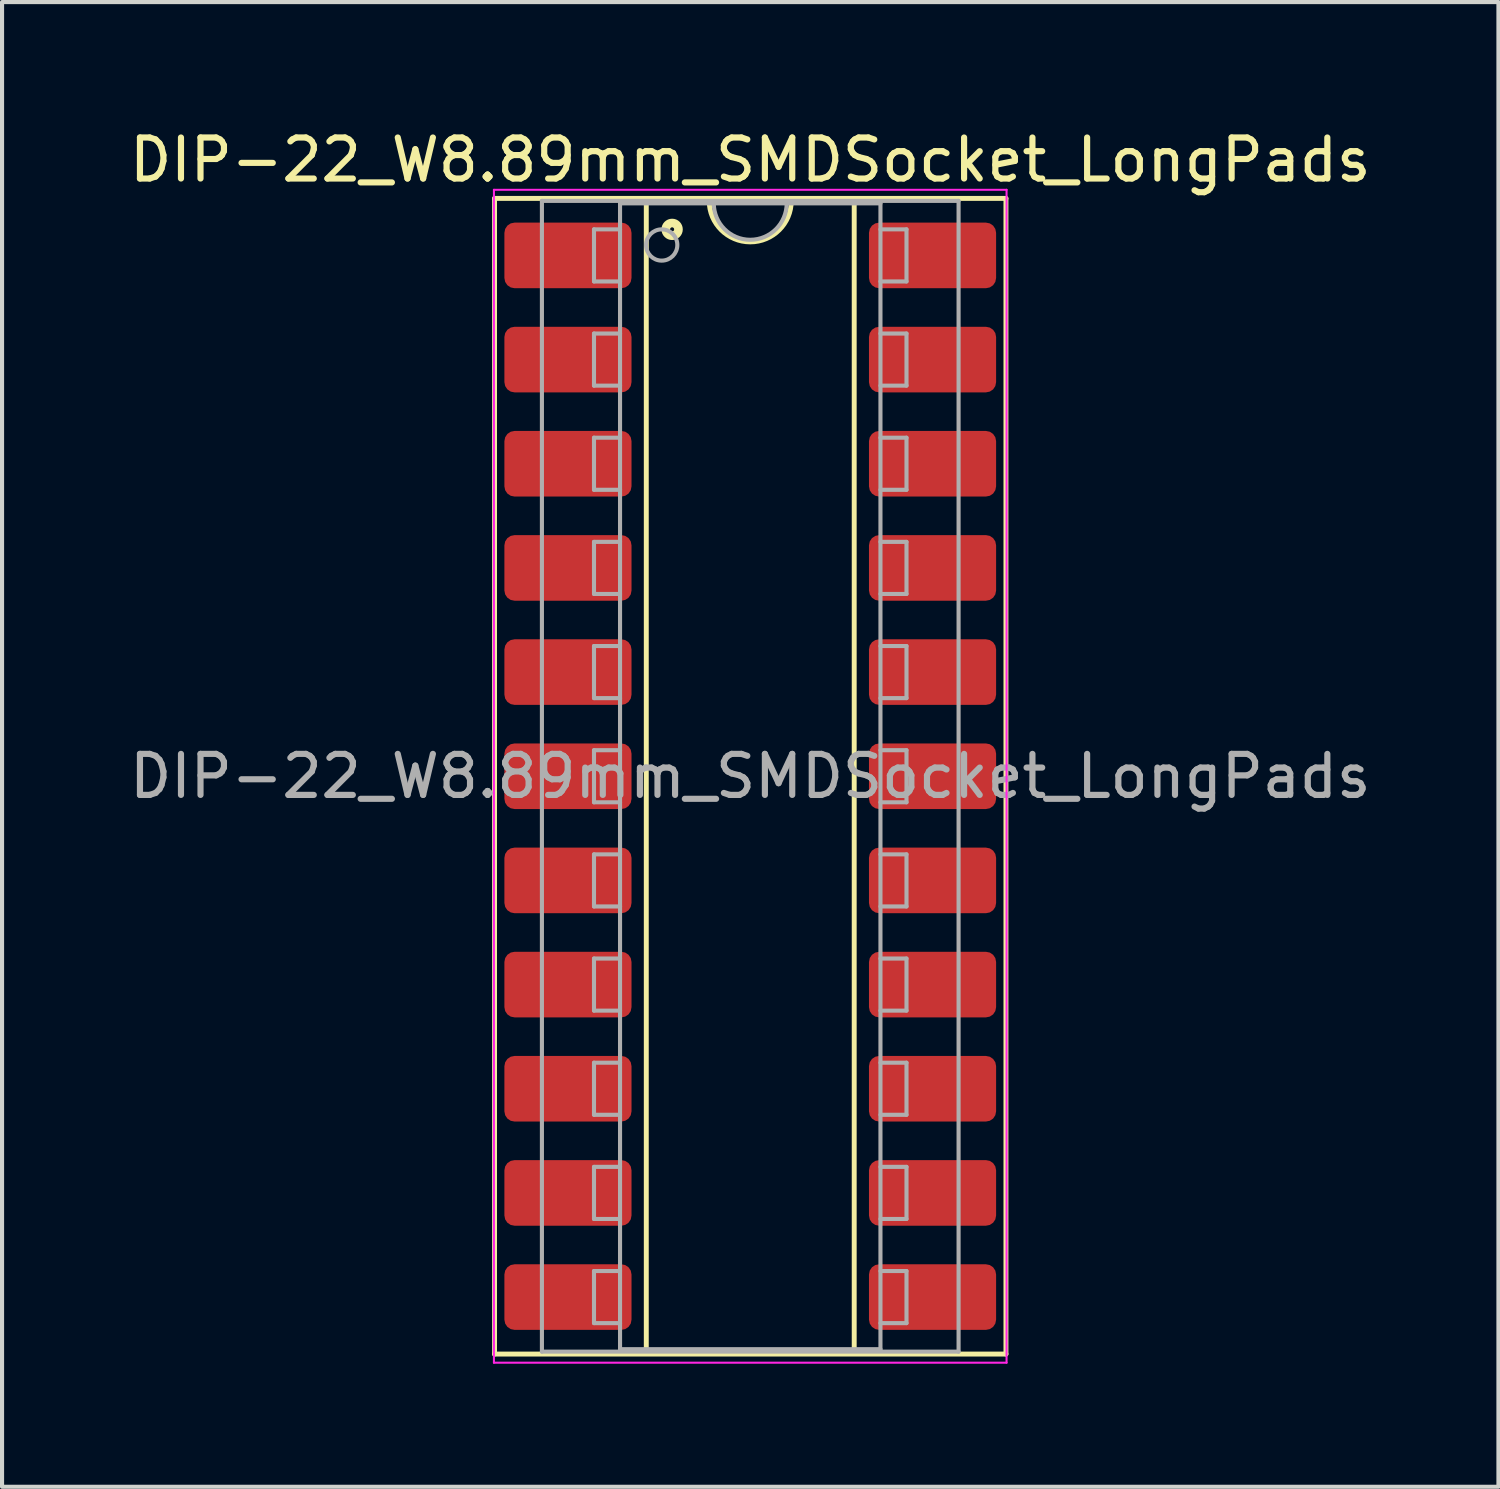
<source format=kicad_pcb>
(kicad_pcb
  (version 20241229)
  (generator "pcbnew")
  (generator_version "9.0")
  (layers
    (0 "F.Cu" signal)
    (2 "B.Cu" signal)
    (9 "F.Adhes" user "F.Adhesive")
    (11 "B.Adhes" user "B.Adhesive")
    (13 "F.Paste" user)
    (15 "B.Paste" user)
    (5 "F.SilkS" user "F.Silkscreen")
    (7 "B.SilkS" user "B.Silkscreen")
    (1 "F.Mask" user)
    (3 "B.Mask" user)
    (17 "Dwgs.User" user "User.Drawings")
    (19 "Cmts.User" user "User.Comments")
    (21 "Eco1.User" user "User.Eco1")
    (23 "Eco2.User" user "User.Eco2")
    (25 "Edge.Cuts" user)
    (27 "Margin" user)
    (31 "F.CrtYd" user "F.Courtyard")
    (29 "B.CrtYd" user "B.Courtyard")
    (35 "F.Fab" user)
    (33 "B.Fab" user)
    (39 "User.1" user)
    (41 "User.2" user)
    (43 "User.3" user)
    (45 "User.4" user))
  (footprint "DIP-22_W8.89mm_SMDSocket_LongPads"
    (layer "F.Cu")
    (at 15.244 15.878)
    (property "Reference" "DIP-22_W8.89mm_SMDSocket_LongPads" (at 0 -15.03 0) (layer "F.SilkS") (effects (font (size 1 1) (thickness 0.15))))
    (attr smd)
    (fp_line (start -6.235 -14.09) (end -6.235 14.09) (stroke (width 0.12) (type solid)) (layer "F.SilkS"))
    (fp_line (start -6.235 14.09) (end 6.235 14.09) (stroke (width 0.12) (type solid)) (layer "F.SilkS"))
    (fp_line (start -2.535 -14.03) (end -2.535 14.03) (stroke (width 0.12) (type solid)) (layer "F.SilkS"))
    (fp_line (start -2.535 14.03) (end 2.535 14.03) (stroke (width 0.12) (type solid)) (layer "F.SilkS"))
    (fp_line (start -1 -14.03) (end -2.535 -14.03) (stroke (width 0.12) (type solid)) (layer "F.SilkS"))
    (fp_line (start 2.535 -14.03) (end 1 -14.03) (stroke (width 0.12) (type solid)) (layer "F.SilkS"))
    (fp_line (start 2.535 14.03) (end 2.535 -14.03) (stroke (width 0.12) (type solid)) (layer "F.SilkS"))
    (fp_line (start 6.235 -14.09) (end -6.235 -14.09) (stroke (width 0.12) (type solid)) (layer "F.SilkS"))
    (fp_line (start 6.235 14.09) (end 6.235 -14.09) (stroke (width 0.12) (type solid)) (layer "F.SilkS"))
    (fp_arc (start 1 -14.03) (mid 0 -13.03) (end -1 -14.03) (stroke (width 0.12) (type solid)) (layer "F.SilkS"))
    (fp_circle (center -1.905 -13.335) (end -1.855 -13.335) (stroke (width 0.12) (type solid)) (fill no) (layer "F.SilkS"))
    (fp_circle (center -1.905 -13.335) (end -1.78 -13.335) (stroke (width 0.12) (type solid)) (fill no) (layer "F.SilkS"))
    (fp_circle (center -1.905 -13.335) (end -1.705 -13.335) (stroke (width 0.12) (type solid)) (fill no) (layer "F.SilkS"))
    (fp_line (start -6.25 -14.3) (end -6.25 14.3) (stroke (width 0.05) (type solid)) (layer "F.CrtYd"))
    (fp_line (start -6.25 14.3) (end 6.25 14.3) (stroke (width 0.05) (type solid)) (layer "F.CrtYd"))
    (fp_line (start 6.25 -14.3) (end -6.25 -14.3) (stroke (width 0.05) (type solid)) (layer "F.CrtYd"))
    (fp_line (start 6.25 14.3) (end 6.25 -14.3) (stroke (width 0.05) (type solid)) (layer "F.CrtYd"))
    (fp_line (start -5.08 -14.03) (end -5.08 14.03) (stroke (width 0.1) (type solid)) (layer "F.Fab"))
    (fp_line (start -5.08 14.03) (end 5.08 14.03) (stroke (width 0.1) (type solid)) (layer "F.Fab"))
    (fp_line (start -3.81 -13.335) (end -3.81 -12.065) (stroke (width 0.1) (type solid)) (layer "F.Fab"))
    (fp_line (start -3.81 -13.335) (end -3.175 -13.335) (stroke (width 0.1) (type solid)) (layer "F.Fab"))
    (fp_line (start -3.81 -12.065) (end -3.175 -12.065) (stroke (width 0.1) (type solid)) (layer "F.Fab"))
    (fp_line (start -3.81 -10.795) (end -3.81 -9.525) (stroke (width 0.1) (type solid)) (layer "F.Fab"))
    (fp_line (start -3.81 -10.795) (end -3.175 -10.795) (stroke (width 0.1) (type solid)) (layer "F.Fab"))
    (fp_line (start -3.81 -9.525) (end -3.175 -9.525) (stroke (width 0.1) (type solid)) (layer "F.Fab"))
    (fp_line (start -3.81 -8.255) (end -3.81 -6.985) (stroke (width 0.1) (type solid)) (layer "F.Fab"))
    (fp_line (start -3.81 -8.255) (end -3.175 -8.255) (stroke (width 0.1) (type solid)) (layer "F.Fab"))
    (fp_line (start -3.81 -6.985) (end -3.175 -6.985) (stroke (width 0.1) (type solid)) (layer "F.Fab"))
    (fp_line (start -3.81 -5.715) (end -3.81 -4.445) (stroke (width 0.1) (type solid)) (layer "F.Fab"))
    (fp_line (start -3.81 -5.715) (end -3.175 -5.715) (stroke (width 0.1) (type solid)) (layer "F.Fab"))
    (fp_line (start -3.81 -4.445) (end -3.175 -4.445) (stroke (width 0.1) (type solid)) (layer "F.Fab"))
    (fp_line (start -3.81 -3.175) (end -3.81 -1.905) (stroke (width 0.1) (type solid)) (layer "F.Fab"))
    (fp_line (start -3.81 -3.175) (end -3.175 -3.175) (stroke (width 0.1) (type solid)) (layer "F.Fab"))
    (fp_line (start -3.81 -1.905) (end -3.175 -1.905) (stroke (width 0.1) (type solid)) (layer "F.Fab"))
    (fp_line (start -3.81 -0.635) (end -3.81 0.635) (stroke (width 0.1) (type solid)) (layer "F.Fab"))
    (fp_line (start -3.81 -0.635) (end -3.175 -0.635) (stroke (width 0.1) (type solid)) (layer "F.Fab"))
    (fp_line (start -3.81 0.635) (end -3.175 0.635) (stroke (width 0.1) (type solid)) (layer "F.Fab"))
    (fp_line (start -3.81 1.905) (end -3.81 3.175) (stroke (width 0.1) (type solid)) (layer "F.Fab"))
    (fp_line (start -3.81 1.905) (end -3.175 1.905) (stroke (width 0.1) (type solid)) (layer "F.Fab"))
    (fp_line (start -3.81 3.175) (end -3.175 3.175) (stroke (width 0.1) (type solid)) (layer "F.Fab"))
    (fp_line (start -3.81 4.445) (end -3.81 5.715) (stroke (width 0.1) (type solid)) (layer "F.Fab"))
    (fp_line (start -3.81 4.445) (end -3.175 4.445) (stroke (width 0.1) (type solid)) (layer "F.Fab"))
    (fp_line (start -3.81 5.715) (end -3.175 5.715) (stroke (width 0.1) (type solid)) (layer "F.Fab"))
    (fp_line (start -3.81 6.985) (end -3.81 8.255) (stroke (width 0.1) (type solid)) (layer "F.Fab"))
    (fp_line (start -3.81 6.985) (end -3.175 6.985) (stroke (width 0.1) (type solid)) (layer "F.Fab"))
    (fp_line (start -3.81 8.255) (end -3.175 8.255) (stroke (width 0.1) (type solid)) (layer "F.Fab"))
    (fp_line (start -3.81 9.525) (end -3.81 10.795) (stroke (width 0.1) (type solid)) (layer "F.Fab"))
    (fp_line (start -3.81 9.525) (end -3.175 9.525) (stroke (width 0.1) (type solid)) (layer "F.Fab"))
    (fp_line (start -3.81 10.795) (end -3.175 10.795) (stroke (width 0.1) (type solid)) (layer "F.Fab"))
    (fp_line (start -3.81 12.065) (end -3.81 13.335) (stroke (width 0.1) (type solid)) (layer "F.Fab"))
    (fp_line (start -3.81 12.065) (end -3.175 12.065) (stroke (width 0.1) (type solid)) (layer "F.Fab"))
    (fp_line (start -3.81 13.335) (end -3.175 13.335) (stroke (width 0.1) (type solid)) (layer "F.Fab"))
    (fp_line (start -3.175 -13.97) (end 3.175 -13.97) (stroke (width 0.1) (type solid)) (layer "F.Fab"))
    (fp_line (start -3.175 13.97) (end -3.175 -13.97) (stroke (width 0.1) (type solid)) (layer "F.Fab"))
    (fp_line (start 3.175 -13.97) (end 3.175 13.97) (stroke (width 0.1) (type solid)) (layer "F.Fab"))
    (fp_line (start 3.175 13.97) (end -3.175 13.97) (stroke (width 0.1) (type solid)) (layer "F.Fab"))
    (fp_line (start 3.81 -13.335) (end 3.175 -13.335) (stroke (width 0.1) (type solid)) (layer "F.Fab"))
    (fp_line (start 3.81 -12.065) (end 3.175 -12.065) (stroke (width 0.1) (type solid)) (layer "F.Fab"))
    (fp_line (start 3.81 -12.065) (end 3.81 -13.335) (stroke (width 0.1) (type solid)) (layer "F.Fab"))
    (fp_line (start 3.81 -10.795) (end 3.175 -10.795) (stroke (width 0.1) (type solid)) (layer "F.Fab"))
    (fp_line (start 3.81 -9.525) (end 3.175 -9.525) (stroke (width 0.1) (type solid)) (layer "F.Fab"))
    (fp_line (start 3.81 -9.525) (end 3.81 -10.795) (stroke (width 0.1) (type solid)) (layer "F.Fab"))
    (fp_line (start 3.81 -8.255) (end 3.175 -8.255) (stroke (width 0.1) (type solid)) (layer "F.Fab"))
    (fp_line (start 3.81 -6.985) (end 3.175 -6.985) (stroke (width 0.1) (type solid)) (layer "F.Fab"))
    (fp_line (start 3.81 -6.985) (end 3.81 -8.255) (stroke (width 0.1) (type solid)) (layer "F.Fab"))
    (fp_line (start 3.81 -5.715) (end 3.175 -5.715) (stroke (width 0.1) (type solid)) (layer "F.Fab"))
    (fp_line (start 3.81 -4.445) (end 3.175 -4.445) (stroke (width 0.1) (type solid)) (layer "F.Fab"))
    (fp_line (start 3.81 -4.445) (end 3.81 -5.715) (stroke (width 0.1) (type solid)) (layer "F.Fab"))
    (fp_line (start 3.81 -3.175) (end 3.175 -3.175) (stroke (width 0.1) (type solid)) (layer "F.Fab"))
    (fp_line (start 3.81 -1.905) (end 3.175 -1.905) (stroke (width 0.1) (type solid)) (layer "F.Fab"))
    (fp_line (start 3.81 -1.905) (end 3.81 -3.175) (stroke (width 0.1) (type solid)) (layer "F.Fab"))
    (fp_line (start 3.81 -0.635) (end 3.175 -0.635) (stroke (width 0.1) (type solid)) (layer "F.Fab"))
    (fp_line (start 3.81 0.635) (end 3.175 0.635) (stroke (width 0.1) (type solid)) (layer "F.Fab"))
    (fp_line (start 3.81 0.635) (end 3.81 -0.635) (stroke (width 0.1) (type solid)) (layer "F.Fab"))
    (fp_line (start 3.81 1.905) (end 3.175 1.905) (stroke (width 0.1) (type solid)) (layer "F.Fab"))
    (fp_line (start 3.81 3.175) (end 3.175 3.175) (stroke (width 0.1) (type solid)) (layer "F.Fab"))
    (fp_line (start 3.81 3.175) (end 3.81 1.905) (stroke (width 0.1) (type solid)) (layer "F.Fab"))
    (fp_line (start 3.81 4.445) (end 3.175 4.445) (stroke (width 0.1) (type solid)) (layer "F.Fab"))
    (fp_line (start 3.81 5.715) (end 3.175 5.715) (stroke (width 0.1) (type solid)) (layer "F.Fab"))
    (fp_line (start 3.81 5.715) (end 3.81 4.445) (stroke (width 0.1) (type solid)) (layer "F.Fab"))
    (fp_line (start 3.81 6.985) (end 3.175 6.985) (stroke (width 0.1) (type solid)) (layer "F.Fab"))
    (fp_line (start 3.81 8.255) (end 3.175 8.255) (stroke (width 0.1) (type solid)) (layer "F.Fab"))
    (fp_line (start 3.81 8.255) (end 3.81 6.985) (stroke (width 0.1) (type solid)) (layer "F.Fab"))
    (fp_line (start 3.81 9.525) (end 3.175 9.525) (stroke (width 0.1) (type solid)) (layer "F.Fab"))
    (fp_line (start 3.81 10.795) (end 3.175 10.795) (stroke (width 0.1) (type solid)) (layer "F.Fab"))
    (fp_line (start 3.81 10.795) (end 3.81 9.525) (stroke (width 0.1) (type solid)) (layer "F.Fab"))
    (fp_line (start 3.81 12.065) (end 3.175 12.065) (stroke (width 0.1) (type solid)) (layer "F.Fab"))
    (fp_line (start 3.81 13.335) (end 3.175 13.335) (stroke (width 0.1) (type solid)) (layer "F.Fab"))
    (fp_line (start 3.81 13.335) (end 3.81 12.065) (stroke (width 0.1) (type solid)) (layer "F.Fab"))
    (fp_line (start 5.08 -14.03) (end -5.08 -14.03) (stroke (width 0.1) (type solid)) (layer "F.Fab"))
    (fp_line (start 5.08 14.03) (end 5.08 -14.03) (stroke (width 0.1) (type solid)) (layer "F.Fab"))
    (fp_arc (start 0.889 -13.97) (mid 0 -13.081) (end -0.889 -13.97) (stroke (width 0.1) (type solid)) (layer "F.Fab"))
    (fp_circle (center -2.159 -12.954) (end -1.778 -12.954) (stroke (width 0.1) (type solid)) (fill no) (layer "F.Fab"))
    (fp_text user "${REFERENCE}" (at 0 0 0) (layer "F.Fab") (effects (font (size 1 1) (thickness 0.15))))
    (pad "1" smd roundrect (at -4.445 -12.7) (size 3.1 1.6) (layers "F.Cu" "F.Mask" "F.Paste") (roundrect_rratio 0.156))
    (pad "2" smd roundrect (at -4.445 -10.16) (size 3.1 1.6) (layers "F.Cu" "F.Mask" "F.Paste") (roundrect_rratio 0.156))
    (pad "3" smd roundrect (at -4.445 -7.62) (size 3.1 1.6) (layers "F.Cu" "F.Mask" "F.Paste") (roundrect_rratio 0.156))
    (pad "4" smd roundrect (at -4.445 -5.08) (size 3.1 1.6) (layers "F.Cu" "F.Mask" "F.Paste") (roundrect_rratio 0.156))
    (pad "5" smd roundrect (at -4.445 -2.54) (size 3.1 1.6) (layers "F.Cu" "F.Mask" "F.Paste") (roundrect_rratio 0.156))
    (pad "6" smd roundrect (at -4.445 0) (size 3.1 1.6) (layers "F.Cu" "F.Mask" "F.Paste") (roundrect_rratio 0.156))
    (pad "7" smd roundrect (at -4.445 2.54) (size 3.1 1.6) (layers "F.Cu" "F.Mask" "F.Paste") (roundrect_rratio 0.156))
    (pad "8" smd roundrect (at -4.445 5.08) (size 3.1 1.6) (layers "F.Cu" "F.Mask" "F.Paste") (roundrect_rratio 0.156))
    (pad "9" smd roundrect (at -4.445 7.62) (size 3.1 1.6) (layers "F.Cu" "F.Mask" "F.Paste") (roundrect_rratio 0.156))
    (pad "10" smd roundrect (at -4.445 10.16) (size 3.1 1.6) (layers "F.Cu" "F.Mask" "F.Paste") (roundrect_rratio 0.156))
    (pad "11" smd roundrect (at -4.445 12.7) (size 3.1 1.6) (layers "F.Cu" "F.Mask" "F.Paste") (roundrect_rratio 0.156))
    (pad "12" smd roundrect (at 4.445 12.7) (size 3.1 1.6) (layers "F.Cu" "F.Mask" "F.Paste") (roundrect_rratio 0.156))
    (pad "13" smd roundrect (at 4.445 10.16) (size 3.1 1.6) (layers "F.Cu" "F.Mask" "F.Paste") (roundrect_rratio 0.156))
    (pad "14" smd roundrect (at 4.445 7.62) (size 3.1 1.6) (layers "F.Cu" "F.Mask" "F.Paste") (roundrect_rratio 0.156))
    (pad "15" smd roundrect (at 4.445 5.08) (size 3.1 1.6) (layers "F.Cu" "F.Mask" "F.Paste") (roundrect_rratio 0.156))
    (pad "16" smd roundrect (at 4.445 2.54) (size 3.1 1.6) (layers "F.Cu" "F.Mask" "F.Paste") (roundrect_rratio 0.156))
    (pad "17" smd roundrect (at 4.445 0) (size 3.1 1.6) (layers "F.Cu" "F.Mask" "F.Paste") (roundrect_rratio 0.156))
    (pad "18" smd roundrect (at 4.445 -2.54) (size 3.1 1.6) (layers "F.Cu" "F.Mask" "F.Paste") (roundrect_rratio 0.156))
    (pad "19" smd roundrect (at 4.445 -5.08) (size 3.1 1.6) (layers "F.Cu" "F.Mask" "F.Paste") (roundrect_rratio 0.156))
    (pad "20" smd roundrect (at 4.445 -7.62) (size 3.1 1.6) (layers "F.Cu" "F.Mask" "F.Paste") (roundrect_rratio 0.156))
    (pad "21" smd roundrect (at 4.445 -10.16) (size 3.1 1.6) (layers "F.Cu" "F.Mask" "F.Paste") (roundrect_rratio 0.156))
    (pad "22" smd roundrect (at 4.445 -12.7) (size 3.1 1.6) (layers "F.Cu" "F.Mask" "F.Paste") (roundrect_rratio 0.156)))
  (gr_rect
    (start -3 -3)
    (end 33.488 33.203)
    (stroke (width 0.1) (type default))
    (fill no)
    (layer "Edge.Cuts")))
</source>
